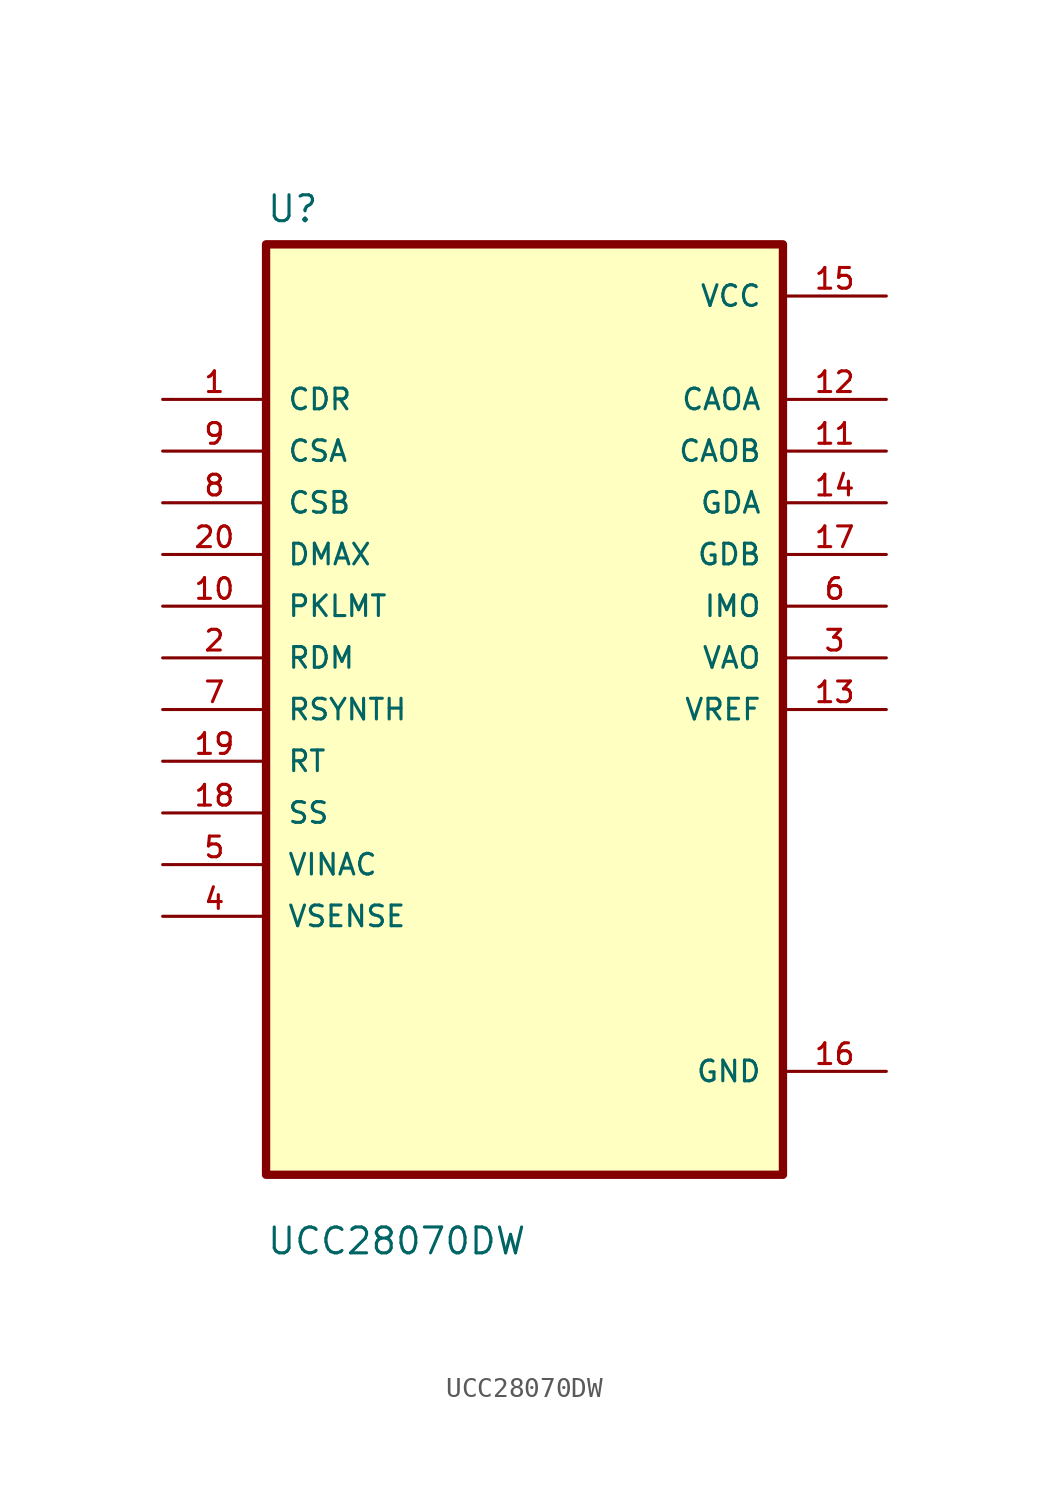
<source format=kicad_sym>
(kicad_symbol_lib
  (version 20211014)
  (generator kicad_symbol_editor)
  (symbol "UCC28070DW"
    (pin_names
      (offset 1.016))
    (property "Reference" "U"
      (at -12.7 23.86 0.0)
      (effects (font (size 1.27 1.27)) (justify bottom left)))
    (property "Value" "UCC28070DW"
      (at -12.7 -26.86 0.0)
      (effects (font (size 1.27 1.27)) (justify bottom left)))
    (symbol "UCC28070DW_0_0"
      (rectangle (start -12.7 -22.86) (end 12.7 22.86) (stroke (width 0.41)) (fill (type background)))
      (pin input line (at -17.78 15.24 0) (length 5.08) (name "CDR" (effects (font (size 1.016 1.016)))) (number "1" (effects (font (size 1.016 1.016)))))
      (pin input line (at -17.78 12.7 0) (length 5.08) (name "CSA" (effects (font (size 1.016 1.016)))) (number "9" (effects (font (size 1.016 1.016)))))
      (pin input line (at -17.78 10.16 0) (length 5.08) (name "CSB" (effects (font (size 1.016 1.016)))) (number "8" (effects (font (size 1.016 1.016)))))
      (pin input line (at -17.78 7.62 0) (length 5.08) (name "DMAX" (effects (font (size 1.016 1.016)))) (number "20" (effects (font (size 1.016 1.016)))))
      (pin input line (at -17.78 5.08 0) (length 5.08) (name "PKLMT" (effects (font (size 1.016 1.016)))) (number "10" (effects (font (size 1.016 1.016)))))
      (pin input line (at -17.78 2.54 0) (length 5.08) (name "RDM" (effects (font (size 1.016 1.016)))) (number "2" (effects (font (size 1.016 1.016)))))
      (pin input line (at -17.78 3.55271e-15 0) (length 5.08) (name "RSYNTH" (effects (font (size 1.016 1.016)))) (number "7" (effects (font (size 1.016 1.016)))))
      (pin input line (at -17.78 -2.54 0) (length 5.08) (name "RT" (effects (font (size 1.016 1.016)))) (number "19" (effects (font (size 1.016 1.016)))))
      (pin input line (at -17.78 -5.08 0) (length 5.08) (name "SS" (effects (font (size 1.016 1.016)))) (number "18" (effects (font (size 1.016 1.016)))))
      (pin input line (at -17.78 -7.62 0) (length 5.08) (name "VINAC" (effects (font (size 1.016 1.016)))) (number "5" (effects (font (size 1.016 1.016)))))
      (pin input line (at -17.78 -10.16 0) (length 5.08) (name "VSENSE" (effects (font (size 1.016 1.016)))) (number "4" (effects (font (size 1.016 1.016)))))
      (pin power_in line (at 17.78 20.32 180.0) (length 5.08) (name "VCC" (effects (font (size 1.016 1.016)))) (number "15" (effects (font (size 1.016 1.016)))))
      (pin output line (at 17.78 15.24 180.0) (length 5.08) (name "CAOA" (effects (font (size 1.016 1.016)))) (number "12" (effects (font (size 1.016 1.016)))))
      (pin output line (at 17.78 12.7 180.0) (length 5.08) (name "CAOB" (effects (font (size 1.016 1.016)))) (number "11" (effects (font (size 1.016 1.016)))))
      (pin output line (at 17.78 10.16 180.0) (length 5.08) (name "GDA" (effects (font (size 1.016 1.016)))) (number "14" (effects (font (size 1.016 1.016)))))
      (pin output line (at 17.78 7.62 180.0) (length 5.08) (name "GDB" (effects (font (size 1.016 1.016)))) (number "17" (effects (font (size 1.016 1.016)))))
      (pin output line (at 17.78 5.08 180.0) (length 5.08) (name "IMO" (effects (font (size 1.016 1.016)))) (number "6" (effects (font (size 1.016 1.016)))))
      (pin output line (at 17.78 2.54 180.0) (length 5.08) (name "VAO" (effects (font (size 1.016 1.016)))) (number "3" (effects (font (size 1.016 1.016)))))
      (pin output line (at 17.78 0.0 180.0) (length 5.08) (name "VREF" (effects (font (size 1.016 1.016)))) (number "13" (effects (font (size 1.016 1.016)))))
      (pin power_in line (at 17.78 -17.78 180.0) (length 5.08) (name "GND" (effects (font (size 1.016 1.016)))) (number "16" (effects (font (size 1.016 1.016))))))))
</source>
